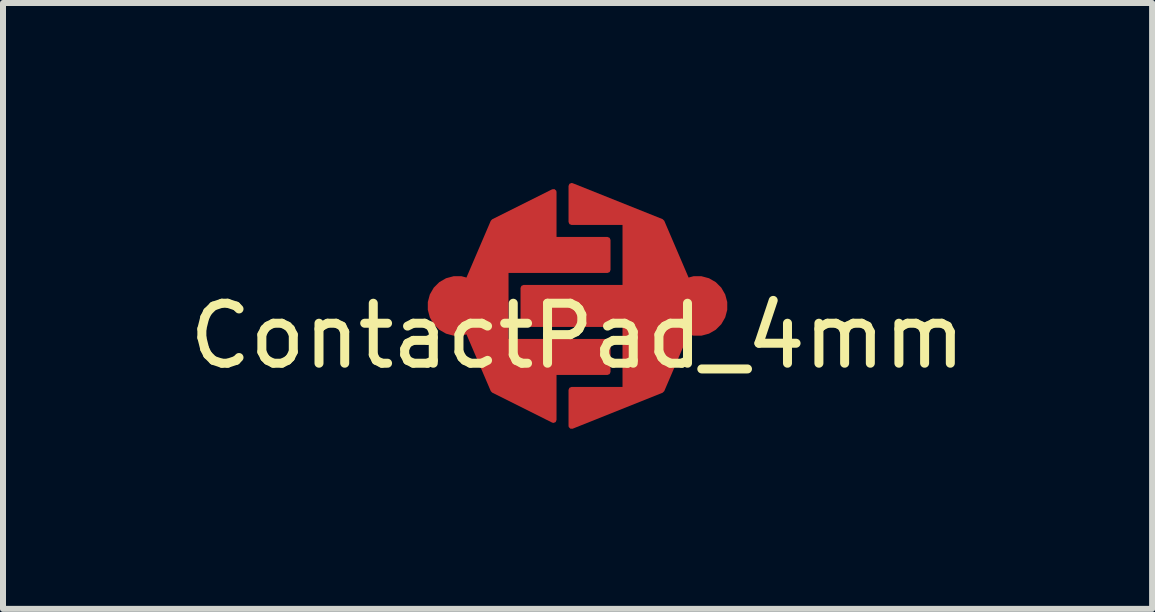
<source format=kicad_pcb>
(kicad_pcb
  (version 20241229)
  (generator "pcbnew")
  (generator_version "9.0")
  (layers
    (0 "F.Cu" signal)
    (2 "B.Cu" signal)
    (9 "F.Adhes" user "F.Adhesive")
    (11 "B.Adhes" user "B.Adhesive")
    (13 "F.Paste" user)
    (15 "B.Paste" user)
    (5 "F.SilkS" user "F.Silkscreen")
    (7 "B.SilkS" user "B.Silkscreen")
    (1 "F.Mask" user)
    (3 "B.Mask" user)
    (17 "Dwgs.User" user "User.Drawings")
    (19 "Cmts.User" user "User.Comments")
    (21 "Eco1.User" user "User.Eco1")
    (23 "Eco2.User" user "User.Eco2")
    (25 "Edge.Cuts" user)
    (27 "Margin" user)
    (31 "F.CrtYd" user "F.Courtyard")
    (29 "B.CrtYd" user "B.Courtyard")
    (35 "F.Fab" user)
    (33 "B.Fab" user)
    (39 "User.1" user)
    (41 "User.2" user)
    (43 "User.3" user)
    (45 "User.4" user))
  (footprint "ContactPad_4mm"
    (layer "F.Cu")
    (at 6.577 2.05)
    (property "Reference" "ContactPad_4mm" (at 0 0.5 0) (layer "F.SilkS") (effects (font (size 1 1) (thickness 0.15))))
    (attr through_hole)
    (pad "1" smd custom (at -2 0) (size 1 1) (layers "F.Cu" "F.Mask") (options (anchor circle)) (primitives (gr_poly (pts (xy 1.6 -1.1) (xy 2.5 -1.1) (xy 2.5 -0.6) (xy 0.8 -0.6) (xy 0.8 0.6) (xy 2.5 0.6) (xy 2.5 1.1) (xy 1.6 1.1) (xy 1.6 1.9) (xy 0.6 1.4) (xy 0 0) (xy 0.6 -1.4) (xy 1.6 -1.9)) (width 0.1) (fill yes))))
    (pad "2" smd custom (at 2 0) (size 1 1) (layers "F.Cu" "F.Mask") (options (anchor circle)) (primitives (gr_poly (pts (xy -0.6 -1.4) (xy 0 0) (xy -0.6 1.4) (xy -2.1 2) (xy -2.1 1.4) (xy -1.2 1.4) (xy -1.2 0.3) (xy -2.9 0.3) (xy -2.9 -0.3) (xy -1.2 -0.3) (xy -1.2 -1.4) (xy -2.1 -1.4) (xy -2.1 -2)) (width 0.1) (fill yes)))))
  (gr_rect
    (start -3 -3)
    (end 16.155 7.1)
    (stroke (width 0.1) (type default))
    (fill no)
    (layer "Edge.Cuts")))
</source>
